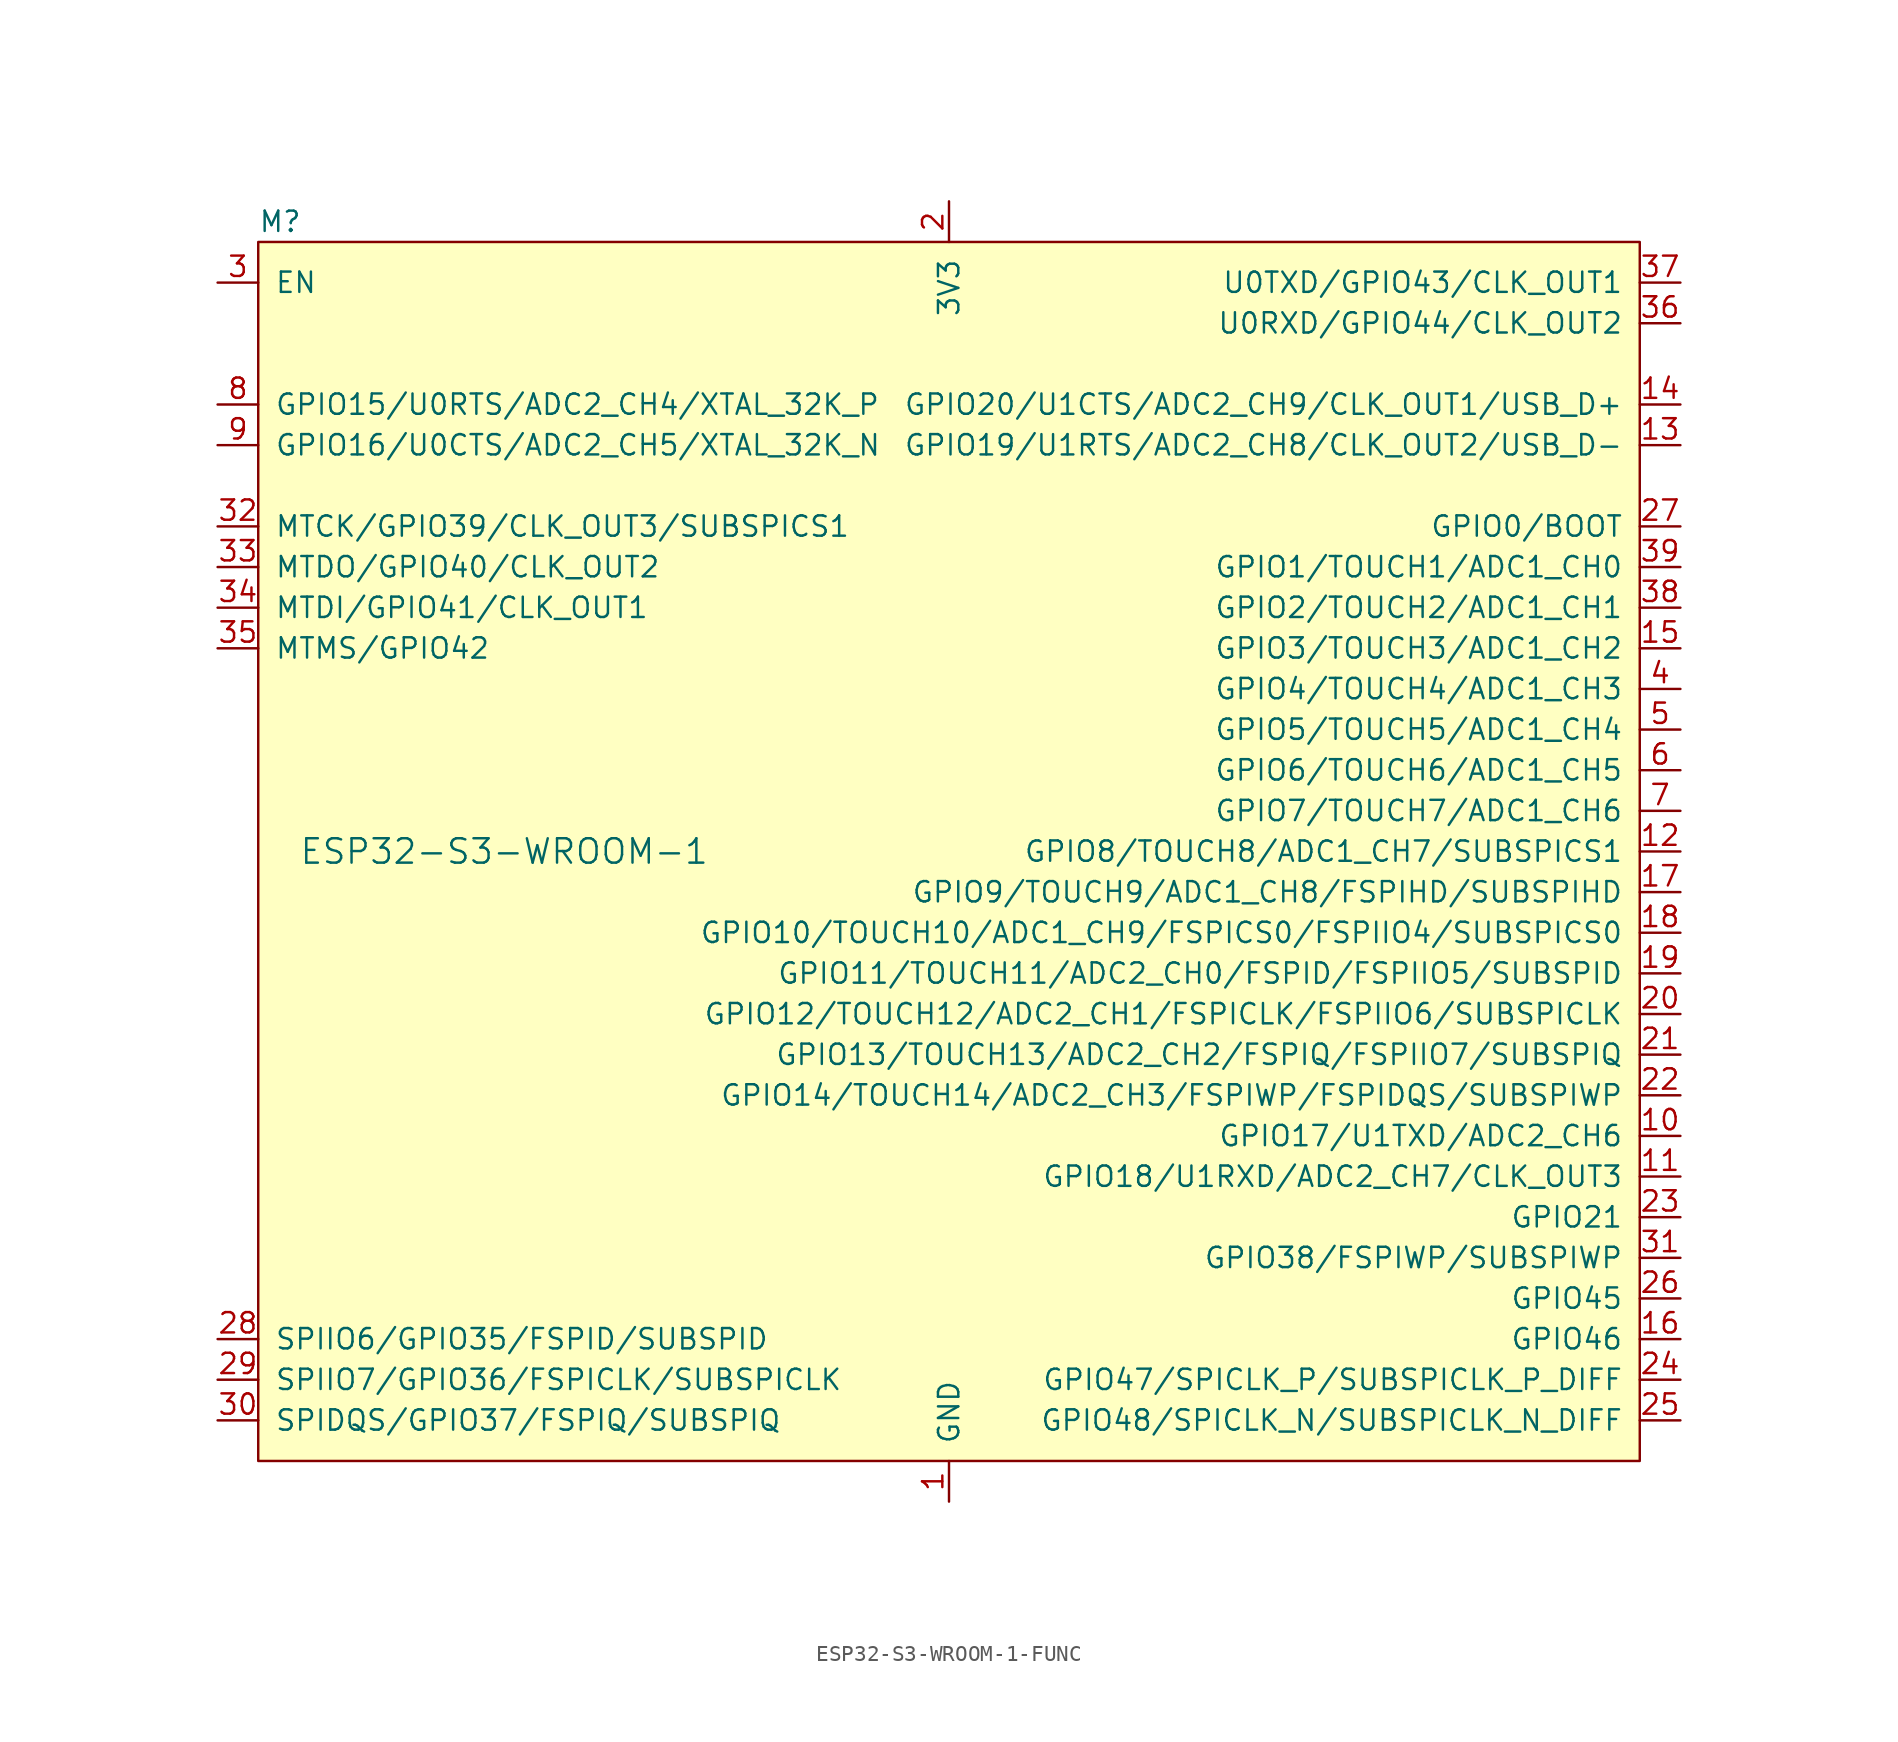
<source format=kicad_sym>
(kicad_symbol_lib
  (version 20220914)
  (generator kicad_symbol_editor)
  (symbol "ESP32-S3-WROOM-1-FUNC"
    (pin_names
      (offset 1.016))
    (property "Reference" "M"
      (at -43.18 39.37 0)
      (effects (font (size 1.27 1.27)) (justify left)))
    (property "Value" "ESP32-S3-WROOM-1"
      (at -40.64 0 0)
      (effects (font (size 1.524 1.524)) (justify left)))
    (symbol "ESP32-S3-WROOM-1-FUNC_0_0"
      (pin power_in line (at 0 -40.64 90) (length 2.54) (name "GND" (effects (font (size 1.27 1.27)))) (number "1" (effects (font (size 1.27 1.27)))))
      (pin bidirectional line (at 45.72 -17.78 180) (length 2.54) (name "GPIO17/U1TXD/ADC2_CH6" (effects (font (size 1.27 1.27)))) (number "10" (effects (font (size 1.27 1.27)))))
      (pin bidirectional line (at 45.72 -20.32 180) (length 2.54) (name "GPIO18/U1RXD/ADC2_CH7/CLK_OUT3" (effects (font (size 1.27 1.27)))) (number "11" (effects (font (size 1.27 1.27)))))
      (pin bidirectional line (at 45.72 0 180) (length 2.54) (name "GPIO8/TOUCH8/ADC1_CH7/SUBSPICS1" (effects (font (size 1.27 1.27)))) (number "12" (effects (font (size 1.27 1.27)))))
      (pin bidirectional line (at 45.72 25.4 180) (length 2.54) (name "GPIO19/U1RTS/ADC2_CH8/CLK_OUT2/USB_D-" (effects (font (size 1.27 1.27)))) (number "13" (effects (font (size 1.27 1.27)))))
      (pin bidirectional line (at 45.72 27.94 180) (length 2.54) (name "GPIO20/U1CTS/ADC2_CH9/CLK_OUT1/USB_D+" (effects (font (size 1.27 1.27)))) (number "14" (effects (font (size 1.27 1.27)))))
      (pin bidirectional line (at 45.72 12.7 180) (length 2.54) (name "GPIO3/TOUCH3/ADC1_CH2" (effects (font (size 1.27 1.27)))) (number "15" (effects (font (size 1.27 1.27)))))
      (pin bidirectional line (at 45.72 -30.48 180) (length 2.54) (name "GPIO46" (effects (font (size 1.27 1.27)))) (number "16" (effects (font (size 1.27 1.27)))))
      (pin bidirectional line (at 45.72 -2.54 180) (length 2.54) (name "GPIO9/TOUCH9/ADC1_CH8/FSPIHD/SUBSPIHD" (effects (font (size 1.27 1.27)))) (number "17" (effects (font (size 1.27 1.27)))))
      (pin bidirectional line (at 45.72 -5.08 180) (length 2.54) (name "GPIO10/TOUCH10/ADC1_CH9/FSPICS0/FSPIIO4/SUBSPICS0" (effects (font (size 1.27 1.27)))) (number "18" (effects (font (size 1.27 1.27)))))
      (pin bidirectional line (at 45.72 -7.62 180) (length 2.54) (name "GPIO11/TOUCH11/ADC2_CH0/FSPID/FSPIIO5/SUBSPID" (effects (font (size 1.27 1.27)))) (number "19" (effects (font (size 1.27 1.27)))))
      (pin power_in line (at 0 40.64 270) (length 2.54) (name "3V3" (effects (font (size 1.27 1.27)))) (number "2" (effects (font (size 1.27 1.27)))))
      (pin bidirectional line (at 45.72 -10.16 180) (length 2.54) (name "GPIO12/TOUCH12/ADC2_CH1/FSPICLK/FSPIIO6/SUBSPICLK" (effects (font (size 1.27 1.27)))) (number "20" (effects (font (size 1.27 1.27)))))
      (pin bidirectional line (at 45.72 -12.7 180) (length 2.54) (name "GPIO13/TOUCH13/ADC2_CH2/FSPIQ/FSPIIO7/SUBSPIQ" (effects (font (size 1.27 1.27)))) (number "21" (effects (font (size 1.27 1.27)))))
      (pin bidirectional line (at 45.72 -15.24 180) (length 2.54) (name "GPIO14/TOUCH14/ADC2_CH3/FSPIWP/FSPIDQS/SUBSPIWP" (effects (font (size 1.27 1.27)))) (number "22" (effects (font (size 1.27 1.27)))))
      (pin bidirectional line (at 45.72 -22.86 180) (length 2.54) (name "GPIO21" (effects (font (size 1.27 1.27)))) (number "23" (effects (font (size 1.27 1.27)))))
      (pin bidirectional line (at 45.72 -33.02 180) (length 2.54) (name "GPIO47/SPICLK_P/SUBSPICLK_P_DIFF" (effects (font (size 1.27 1.27)))) (number "24" (effects (font (size 1.27 1.27)))))
      (pin bidirectional line (at 45.72 -35.56 180) (length 2.54) (name "GPIO48/SPICLK_N/SUBSPICLK_N_DIFF" (effects (font (size 1.27 1.27)))) (number "25" (effects (font (size 1.27 1.27)))))
      (pin bidirectional line (at 45.72 -27.94 180) (length 2.54) (name "GPIO45" (effects (font (size 1.27 1.27)))) (number "26" (effects (font (size 1.27 1.27)))))
      (pin bidirectional line (at 45.72 20.32 180) (length 2.54) (name "GPIO0/BOOT" (effects (font (size 1.27 1.27)))) (number "27" (effects (font (size 1.27 1.27)))))
      (pin bidirectional line (at -45.72 -30.48 0) (length 2.54) (name "SPIIO6/GPIO35/FSPID/SUBSPID" (effects (font (size 1.27 1.27)))) (number "28" (effects (font (size 1.27 1.27)))))
      (pin bidirectional line (at -45.72 -33.02 0) (length 2.54) (name "SPIIO7/GPIO36/FSPICLK/SUBSPICLK" (effects (font (size 1.27 1.27)))) (number "29" (effects (font (size 1.27 1.27)))))
      (pin input line (at -45.72 35.56 0) (length 2.54) (name "EN" (effects (font (size 1.27 1.27)))) (number "3" (effects (font (size 1.27 1.27)))))
      (pin bidirectional line (at -45.72 -35.56 0) (length 2.54) (name "SPIDQS/GPIO37/FSPIQ/SUBSPIQ" (effects (font (size 1.27 1.27)))) (number "30" (effects (font (size 1.27 1.27)))))
      (pin bidirectional line (at 45.72 -25.4 180) (length 2.54) (name "GPIO38/FSPIWP/SUBSPIWP" (effects (font (size 1.27 1.27)))) (number "31" (effects (font (size 1.27 1.27)))))
      (pin bidirectional line (at -45.72 20.32 0) (length 2.54) (name "MTCK/GPIO39/CLK_OUT3/SUBSPICS1" (effects (font (size 1.27 1.27)))) (number "32" (effects (font (size 1.27 1.27)))))
      (pin bidirectional line (at -45.72 17.78 0) (length 2.54) (name "MTDO/GPIO40/CLK_OUT2" (effects (font (size 1.27 1.27)))) (number "33" (effects (font (size 1.27 1.27)))))
      (pin bidirectional line (at -45.72 15.24 0) (length 2.54) (name "MTDI/GPIO41/CLK_OUT1" (effects (font (size 1.27 1.27)))) (number "34" (effects (font (size 1.27 1.27)))))
      (pin bidirectional line (at -45.72 12.7 0) (length 2.54) (name "MTMS/GPIO42" (effects (font (size 1.27 1.27)))) (number "35" (effects (font (size 1.27 1.27)))))
      (pin bidirectional line (at 45.72 33.02 180) (length 2.54) (name "U0RXD/GPIO44/CLK_OUT2" (effects (font (size 1.27 1.27)))) (number "36" (effects (font (size 1.27 1.27)))))
      (pin bidirectional line (at 45.72 35.56 180) (length 2.54) (name "U0TXD/GPIO43/CLK_OUT1" (effects (font (size 1.27 1.27)))) (number "37" (effects (font (size 1.27 1.27)))))
      (pin bidirectional line (at 45.72 15.24 180) (length 2.54) (name "GPIO2/TOUCH2/ADC1_CH1" (effects (font (size 1.27 1.27)))) (number "38" (effects (font (size 1.27 1.27)))))
      (pin bidirectional line (at 45.72 17.78 180) (length 2.54) (name "GPIO1/TOUCH1/ADC1_CH0" (effects (font (size 1.27 1.27)))) (number "39" (effects (font (size 1.27 1.27)))))
      (pin bidirectional line (at 45.72 10.16 180) (length 2.54) (name "GPIO4/TOUCH4/ADC1_CH3" (effects (font (size 1.27 1.27)))) (number "4" (effects (font (size 1.27 1.27)))))
      (pin passive line (at 0 -40.64 90) (length 2.54) hide (name "GND" (effects (font (size 1.27 1.27)))) (number "40" (effects (font (size 1.27 1.27)))))
      (pin passive line (at 0 -40.64 90) (length 2.54) hide (name "GND" (effects (font (size 1.27 1.27)))) (number "41" (effects (font (size 1.27 1.27)))))
      (pin bidirectional line (at 45.72 7.62 180) (length 2.54) (name "GPIO5/TOUCH5/ADC1_CH4" (effects (font (size 1.27 1.27)))) (number "5" (effects (font (size 1.27 1.27)))))
      (pin bidirectional line (at 45.72 5.08 180) (length 2.54) (name "GPIO6/TOUCH6/ADC1_CH5" (effects (font (size 1.27 1.27)))) (number "6" (effects (font (size 1.27 1.27)))))
      (pin bidirectional line (at 45.72 2.54 180) (length 2.54) (name "GPIO7/TOUCH7/ADC1_CH6" (effects (font (size 1.27 1.27)))) (number "7" (effects (font (size 1.27 1.27)))))
      (pin bidirectional line (at -45.72 27.94 0) (length 2.54) (name "GPIO15/U0RTS/ADC2_CH4/XTAL_32K_P" (effects (font (size 1.27 1.27)))) (number "8" (effects (font (size 1.27 1.27)))))
      (pin bidirectional line (at -45.72 25.4 0) (length 2.54) (name "GPIO16/U0CTS/ADC2_CH5/XTAL_32K_N" (effects (font (size 1.27 1.27)))) (number "9" (effects (font (size 1.27 1.27))))))
    (symbol "ESP32-S3-WROOM-1-FUNC_0_1"
      (rectangle (start -43.18 38.1) (end 43.18 -38.1) (stroke (width 0) (type default)) (fill (type background))))))
</source>
